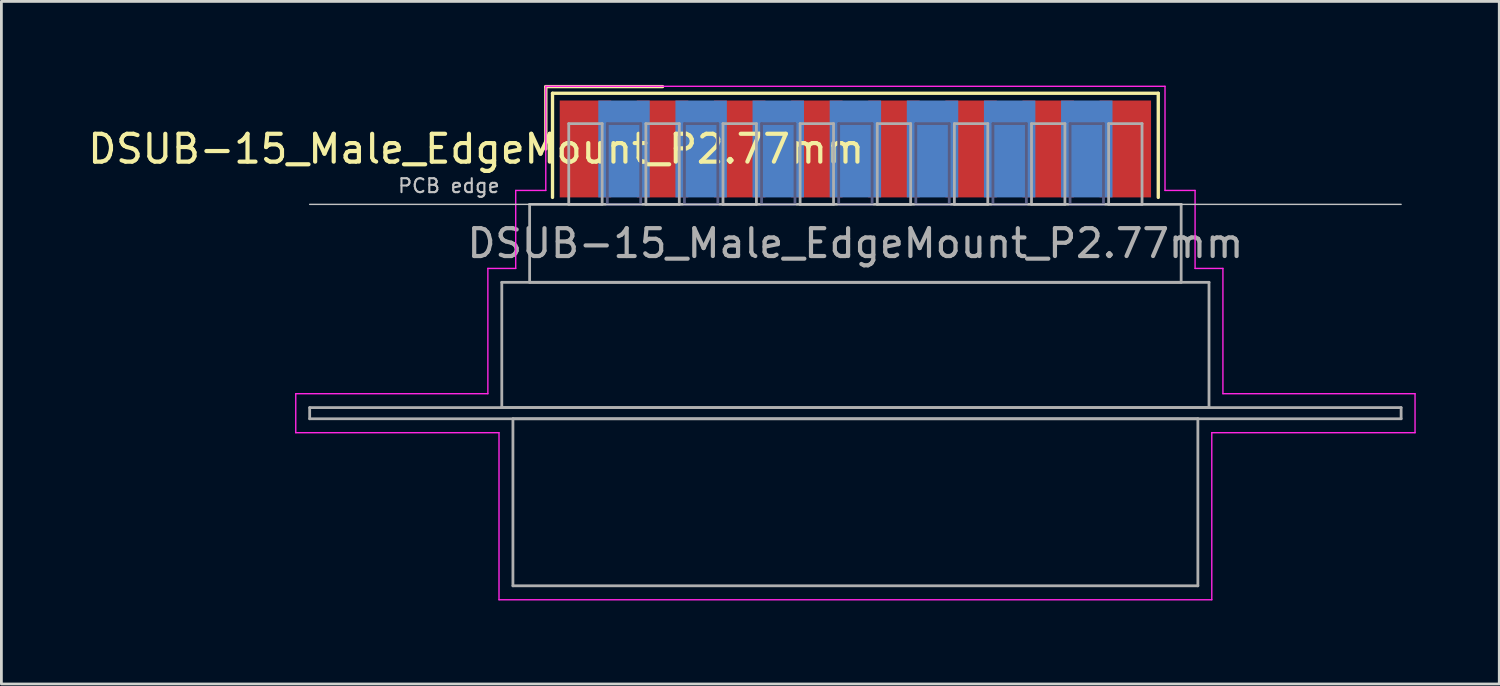
<source format=kicad_pcb>
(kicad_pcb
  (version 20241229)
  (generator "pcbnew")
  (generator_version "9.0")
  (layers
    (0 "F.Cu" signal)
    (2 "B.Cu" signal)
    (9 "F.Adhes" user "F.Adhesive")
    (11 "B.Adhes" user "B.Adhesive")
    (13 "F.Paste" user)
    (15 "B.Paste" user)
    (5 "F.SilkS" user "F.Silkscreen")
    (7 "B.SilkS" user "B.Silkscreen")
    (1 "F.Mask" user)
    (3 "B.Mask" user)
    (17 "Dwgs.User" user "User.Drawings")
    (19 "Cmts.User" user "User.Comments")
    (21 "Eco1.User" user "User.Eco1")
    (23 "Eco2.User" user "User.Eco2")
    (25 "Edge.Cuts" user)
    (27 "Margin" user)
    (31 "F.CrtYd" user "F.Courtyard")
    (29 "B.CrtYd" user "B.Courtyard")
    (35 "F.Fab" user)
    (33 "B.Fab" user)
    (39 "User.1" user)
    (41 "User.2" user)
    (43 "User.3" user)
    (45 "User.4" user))
  (footprint "DSUB-15_Male_EdgeMount_P2.77mm"
    (layer "F.Cu")
    (at 27.672 2.3)
    (property "Reference" "DSUB-15_Male_EdgeMount_P2.77mm" (at -13.618 0 0) (layer "F.SilkS") (effects (font (size 1 1) (thickness 0.15))))
    (attr smd)
    (fp_line (start -11.118 -2.24) (end -6.925 -2.24) (stroke (width 0.12) (type solid)) (layer "F.SilkS"))
    (fp_line (start -11.118 0) (end -11.118 -2.24) (stroke (width 0.12) (type solid)) (layer "F.SilkS"))
    (fp_line (start -10.878 -2) (end -10.878 1.74) (stroke (width 0.12) (type solid)) (layer "F.SilkS"))
    (fp_line (start 10.878 -2) (end -10.878 -2) (stroke (width 0.12) (type solid)) (layer "F.SilkS"))
    (fp_line (start 10.878 1.74) (end 10.878 -2) (stroke (width 0.12) (type solid)) (layer "F.SilkS"))
    (fp_line (start -19.6 1.99) (end 19.6 1.99) (stroke (width 0.05) (type solid)) (layer "Dwgs.User"))
    (fp_line (start -20.1 8.79) (end -13.2 8.79) (stroke (width 0.05) (type solid)) (layer "F.CrtYd"))
    (fp_line (start -20.1 10.19) (end -20.1 8.79) (stroke (width 0.05) (type solid)) (layer "F.CrtYd"))
    (fp_line (start -13.2 4.29) (end -12.2 4.29) (stroke (width 0.05) (type solid)) (layer "F.CrtYd"))
    (fp_line (start -13.2 8.79) (end -13.2 4.29) (stroke (width 0.05) (type solid)) (layer "F.CrtYd"))
    (fp_line (start -12.8 10.19) (end -20.1 10.19) (stroke (width 0.05) (type solid)) (layer "F.CrtYd"))
    (fp_line (start -12.8 16.19) (end -12.8 10.19) (stroke (width 0.05) (type solid)) (layer "F.CrtYd"))
    (fp_line (start -12.2 1.49) (end -11.12 1.49) (stroke (width 0.05) (type solid)) (layer "F.CrtYd"))
    (fp_line (start -12.2 4.29) (end -12.2 1.49) (stroke (width 0.05) (type solid)) (layer "F.CrtYd"))
    (fp_line (start -11.12 -2.25) (end 11.12 -2.25) (stroke (width 0.05) (type solid)) (layer "F.CrtYd"))
    (fp_line (start -11.12 1.49) (end -11.12 -2.25) (stroke (width 0.05) (type solid)) (layer "F.CrtYd"))
    (fp_line (start 11.12 -2.25) (end 11.12 1.49) (stroke (width 0.05) (type solid)) (layer "F.CrtYd"))
    (fp_line (start 11.12 1.49) (end 12.2 1.49) (stroke (width 0.05) (type solid)) (layer "F.CrtYd"))
    (fp_line (start 12.2 1.49) (end 12.2 4.29) (stroke (width 0.05) (type solid)) (layer "F.CrtYd"))
    (fp_line (start 12.2 4.29) (end 13.2 4.29) (stroke (width 0.05) (type solid)) (layer "F.CrtYd"))
    (fp_line (start 12.8 10.19) (end 12.8 16.19) (stroke (width 0.05) (type solid)) (layer "F.CrtYd"))
    (fp_line (start 12.8 16.19) (end -12.8 16.19) (stroke (width 0.05) (type solid)) (layer "F.CrtYd"))
    (fp_line (start 13.2 4.29) (end 13.2 8.79) (stroke (width 0.05) (type solid)) (layer "F.CrtYd"))
    (fp_line (start 13.2 8.79) (end 20.1 8.79) (stroke (width 0.05) (type solid)) (layer "F.CrtYd"))
    (fp_line (start 20.1 8.79) (end 20.1 10.19) (stroke (width 0.05) (type solid)) (layer "F.CrtYd"))
    (fp_line (start 20.1 10.19) (end 12.8 10.19) (stroke (width 0.05) (type solid)) (layer "F.CrtYd"))
    (fp_line (start -8.91 -0.91) (end -8.91 1.99) (stroke (width 0.1) (type solid)) (layer "B.Fab"))
    (fp_line (start -8.91 1.99) (end -7.71 1.99) (stroke (width 0.1) (type solid)) (layer "B.Fab"))
    (fp_line (start -7.71 -0.91) (end -8.91 -0.91) (stroke (width 0.1) (type solid)) (layer "B.Fab"))
    (fp_line (start -7.71 1.99) (end -7.71 -0.91) (stroke (width 0.1) (type solid)) (layer "B.Fab"))
    (fp_line (start -6.14 -0.91) (end -6.14 1.99) (stroke (width 0.1) (type solid)) (layer "B.Fab"))
    (fp_line (start -6.14 1.99) (end -4.94 1.99) (stroke (width 0.1) (type solid)) (layer "B.Fab"))
    (fp_line (start -4.94 -0.91) (end -6.14 -0.91) (stroke (width 0.1) (type solid)) (layer "B.Fab"))
    (fp_line (start -4.94 1.99) (end -4.94 -0.91) (stroke (width 0.1) (type solid)) (layer "B.Fab"))
    (fp_line (start -3.37 -0.91) (end -3.37 1.99) (stroke (width 0.1) (type solid)) (layer "B.Fab"))
    (fp_line (start -3.37 1.99) (end -2.17 1.99) (stroke (width 0.1) (type solid)) (layer "B.Fab"))
    (fp_line (start -2.17 -0.91) (end -3.37 -0.91) (stroke (width 0.1) (type solid)) (layer "B.Fab"))
    (fp_line (start -2.17 1.99) (end -2.17 -0.91) (stroke (width 0.1) (type solid)) (layer "B.Fab"))
    (fp_line (start -0.6 -0.91) (end -0.6 1.99) (stroke (width 0.1) (type solid)) (layer "B.Fab"))
    (fp_line (start -0.6 1.99) (end 0.6 1.99) (stroke (width 0.1) (type solid)) (layer "B.Fab"))
    (fp_line (start 0.6 -0.91) (end -0.6 -0.91) (stroke (width 0.1) (type solid)) (layer "B.Fab"))
    (fp_line (start 0.6 1.99) (end 0.6 -0.91) (stroke (width 0.1) (type solid)) (layer "B.Fab"))
    (fp_line (start 2.17 -0.91) (end 2.17 1.99) (stroke (width 0.1) (type solid)) (layer "B.Fab"))
    (fp_line (start 2.17 1.99) (end 3.37 1.99) (stroke (width 0.1) (type solid)) (layer "B.Fab"))
    (fp_line (start 3.37 -0.91) (end 2.17 -0.91) (stroke (width 0.1) (type solid)) (layer "B.Fab"))
    (fp_line (start 3.37 1.99) (end 3.37 -0.91) (stroke (width 0.1) (type solid)) (layer "B.Fab"))
    (fp_line (start 4.94 -0.91) (end 4.94 1.99) (stroke (width 0.1) (type solid)) (layer "B.Fab"))
    (fp_line (start 4.94 1.99) (end 6.14 1.99) (stroke (width 0.1) (type solid)) (layer "B.Fab"))
    (fp_line (start 6.14 -0.91) (end 4.94 -0.91) (stroke (width 0.1) (type solid)) (layer "B.Fab"))
    (fp_line (start 6.14 1.99) (end 6.14 -0.91) (stroke (width 0.1) (type solid)) (layer "B.Fab"))
    (fp_line (start 7.71 -0.91) (end 7.71 1.99) (stroke (width 0.1) (type solid)) (layer "B.Fab"))
    (fp_line (start 7.71 1.99) (end 8.91 1.99) (stroke (width 0.1) (type solid)) (layer "B.Fab"))
    (fp_line (start 8.91 -0.91) (end 7.71 -0.91) (stroke (width 0.1) (type solid)) (layer "B.Fab"))
    (fp_line (start 8.91 1.99) (end 8.91 -0.91) (stroke (width 0.1) (type solid)) (layer "B.Fab"))
    (fp_line (start -19.6 9.29) (end -19.6 9.69) (stroke (width 0.1) (type solid)) (layer "F.Fab"))
    (fp_line (start -19.6 9.69) (end 19.6 9.69) (stroke (width 0.1) (type solid)) (layer "F.Fab"))
    (fp_line (start -12.7 4.79) (end -12.7 9.29) (stroke (width 0.1) (type solid)) (layer "F.Fab"))
    (fp_line (start -12.7 9.29) (end 12.7 9.29) (stroke (width 0.1) (type solid)) (layer "F.Fab"))
    (fp_line (start -12.3 9.69) (end -12.3 15.69) (stroke (width 0.1) (type solid)) (layer "F.Fab"))
    (fp_line (start -12.3 15.69) (end 12.3 15.69) (stroke (width 0.1) (type solid)) (layer "F.Fab"))
    (fp_line (start -11.7 1.99) (end -11.7 4.79) (stroke (width 0.1) (type solid)) (layer "F.Fab"))
    (fp_line (start -11.7 4.79) (end 11.7 4.79) (stroke (width 0.1) (type solid)) (layer "F.Fab"))
    (fp_line (start -10.295 -0.91) (end -10.295 1.99) (stroke (width 0.1) (type solid)) (layer "F.Fab"))
    (fp_line (start -10.295 1.99) (end -9.095 1.99) (stroke (width 0.1) (type solid)) (layer "F.Fab"))
    (fp_line (start -9.095 -0.91) (end -10.295 -0.91) (stroke (width 0.1) (type solid)) (layer "F.Fab"))
    (fp_line (start -9.095 1.99) (end -9.095 -0.91) (stroke (width 0.1) (type solid)) (layer "F.Fab"))
    (fp_line (start -7.525 -0.91) (end -7.525 1.99) (stroke (width 0.1) (type solid)) (layer "F.Fab"))
    (fp_line (start -7.525 1.99) (end -6.325 1.99) (stroke (width 0.1) (type solid)) (layer "F.Fab"))
    (fp_line (start -6.325 -0.91) (end -7.525 -0.91) (stroke (width 0.1) (type solid)) (layer "F.Fab"))
    (fp_line (start -6.325 1.99) (end -6.325 -0.91) (stroke (width 0.1) (type solid)) (layer "F.Fab"))
    (fp_line (start -4.755 -0.91) (end -4.755 1.99) (stroke (width 0.1) (type solid)) (layer "F.Fab"))
    (fp_line (start -4.755 1.99) (end -3.555 1.99) (stroke (width 0.1) (type solid)) (layer "F.Fab"))
    (fp_line (start -3.555 -0.91) (end -4.755 -0.91) (stroke (width 0.1) (type solid)) (layer "F.Fab"))
    (fp_line (start -3.555 1.99) (end -3.555 -0.91) (stroke (width 0.1) (type solid)) (layer "F.Fab"))
    (fp_line (start -1.985 -0.91) (end -1.985 1.99) (stroke (width 0.1) (type solid)) (layer "F.Fab"))
    (fp_line (start -1.985 1.99) (end -0.785 1.99) (stroke (width 0.1) (type solid)) (layer "F.Fab"))
    (fp_line (start -0.785 -0.91) (end -1.985 -0.91) (stroke (width 0.1) (type solid)) (layer "F.Fab"))
    (fp_line (start -0.785 1.99) (end -0.785 -0.91) (stroke (width 0.1) (type solid)) (layer "F.Fab"))
    (fp_line (start 0.785 -0.91) (end 0.785 1.99) (stroke (width 0.1) (type solid)) (layer "F.Fab"))
    (fp_line (start 0.785 1.99) (end 1.985 1.99) (stroke (width 0.1) (type solid)) (layer "F.Fab"))
    (fp_line (start 1.985 -0.91) (end 0.785 -0.91) (stroke (width 0.1) (type solid)) (layer "F.Fab"))
    (fp_line (start 1.985 1.99) (end 1.985 -0.91) (stroke (width 0.1) (type solid)) (layer "F.Fab"))
    (fp_line (start 3.555 -0.91) (end 3.555 1.99) (stroke (width 0.1) (type solid)) (layer "F.Fab"))
    (fp_line (start 3.555 1.99) (end 4.755 1.99) (stroke (width 0.1) (type solid)) (layer "F.Fab"))
    (fp_line (start 4.755 -0.91) (end 3.555 -0.91) (stroke (width 0.1) (type solid)) (layer "F.Fab"))
    (fp_line (start 4.755 1.99) (end 4.755 -0.91) (stroke (width 0.1) (type solid)) (layer "F.Fab"))
    (fp_line (start 6.325 -0.91) (end 6.325 1.99) (stroke (width 0.1) (type solid)) (layer "F.Fab"))
    (fp_line (start 6.325 1.99) (end 7.525 1.99) (stroke (width 0.1) (type solid)) (layer "F.Fab"))
    (fp_line (start 7.525 -0.91) (end 6.325 -0.91) (stroke (width 0.1) (type solid)) (layer "F.Fab"))
    (fp_line (start 7.525 1.99) (end 7.525 -0.91) (stroke (width 0.1) (type solid)) (layer "F.Fab"))
    (fp_line (start 9.095 -0.91) (end 9.095 1.99) (stroke (width 0.1) (type solid)) (layer "F.Fab"))
    (fp_line (start 9.095 1.99) (end 10.295 1.99) (stroke (width 0.1) (type solid)) (layer "F.Fab"))
    (fp_line (start 10.295 -0.91) (end 9.095 -0.91) (stroke (width 0.1) (type solid)) (layer "F.Fab"))
    (fp_line (start 10.295 1.99) (end 10.295 -0.91) (stroke (width 0.1) (type solid)) (layer "F.Fab"))
    (fp_line (start 11.7 1.99) (end -11.7 1.99) (stroke (width 0.1) (type solid)) (layer "F.Fab"))
    (fp_line (start 11.7 4.79) (end 11.7 1.99) (stroke (width 0.1) (type solid)) (layer "F.Fab"))
    (fp_line (start 12.3 9.69) (end -12.3 9.69) (stroke (width 0.1) (type solid)) (layer "F.Fab"))
    (fp_line (start 12.3 15.69) (end 12.3 9.69) (stroke (width 0.1) (type solid)) (layer "F.Fab"))
    (fp_line (start 12.7 4.79) (end -12.7 4.79) (stroke (width 0.1) (type solid)) (layer "F.Fab"))
    (fp_line (start 12.7 9.29) (end 12.7 4.79) (stroke (width 0.1) (type solid)) (layer "F.Fab"))
    (fp_line (start 19.6 9.29) (end -19.6 9.29) (stroke (width 0.1) (type solid)) (layer "F.Fab"))
    (fp_line (start 19.6 9.69) (end 19.6 9.29) (stroke (width 0.1) (type solid)) (layer "F.Fab"))
    (fp_text user "PCB edge" (at -14.6 1.323 0) (layer "Dwgs.User") (effects (font (size 0.5 0.5) (thickness 0.075))))
    (fp_text user "${REFERENCE}" (at 0 3.39 0) (layer "F.Fab") (effects (font (size 1 1) (thickness 0.15))))
    (pad "1" smd rect (at -9.695 0) (size 1.847 3.48) (layers "F.Cu" "F.Mask" "F.Paste"))
    (pad "2" smd rect (at -6.925 0) (size 1.847 3.48) (layers "F.Cu" "F.Mask" "F.Paste"))
    (pad "3" smd rect (at -4.155 0) (size 1.847 3.48) (layers "F.Cu" "F.Mask" "F.Paste"))
    (pad "4" smd rect (at -1.385 0) (size 1.847 3.48) (layers "F.Cu" "F.Mask" "F.Paste"))
    (pad "5" smd rect (at 1.385 0) (size 1.847 3.48) (layers "F.Cu" "F.Mask" "F.Paste"))
    (pad "6" smd rect (at 4.155 0) (size 1.847 3.48) (layers "F.Cu" "F.Mask" "F.Paste"))
    (pad "7" smd rect (at 6.925 0) (size 1.847 3.48) (layers "F.Cu" "F.Mask" "F.Paste"))
    (pad "8" smd rect (at 9.695 0) (size 1.847 3.48) (layers "F.Cu" "F.Mask" "F.Paste"))
    (pad "9" smd rect (at -8.31 0) (size 1.847 3.48) (layers "B.Cu" "B.Mask" "B.Paste"))
    (pad "10" smd rect (at -5.54 0) (size 1.847 3.48) (layers "B.Cu" "B.Mask" "B.Paste"))
    (pad "11" smd rect (at -2.77 0) (size 1.847 3.48) (layers "B.Cu" "B.Mask" "B.Paste"))
    (pad "12" smd rect (at 0 0) (size 1.847 3.48) (layers "B.Cu" "B.Mask" "B.Paste"))
    (pad "13" smd rect (at 2.77 0) (size 1.847 3.48) (layers "B.Cu" "B.Mask" "B.Paste"))
    (pad "14" smd rect (at 5.54 0) (size 1.847 3.48) (layers "B.Cu" "B.Mask" "B.Paste"))
    (pad "15" smd rect (at 8.31 0) (size 1.847 3.48) (layers "B.Cu" "B.Mask" "B.Paste")))
  (gr_rect
    (start -3 -3)
    (end 50.797 21.515)
    (stroke (width 0.1) (type default))
    (fill no)
    (layer "Edge.Cuts")))
</source>
